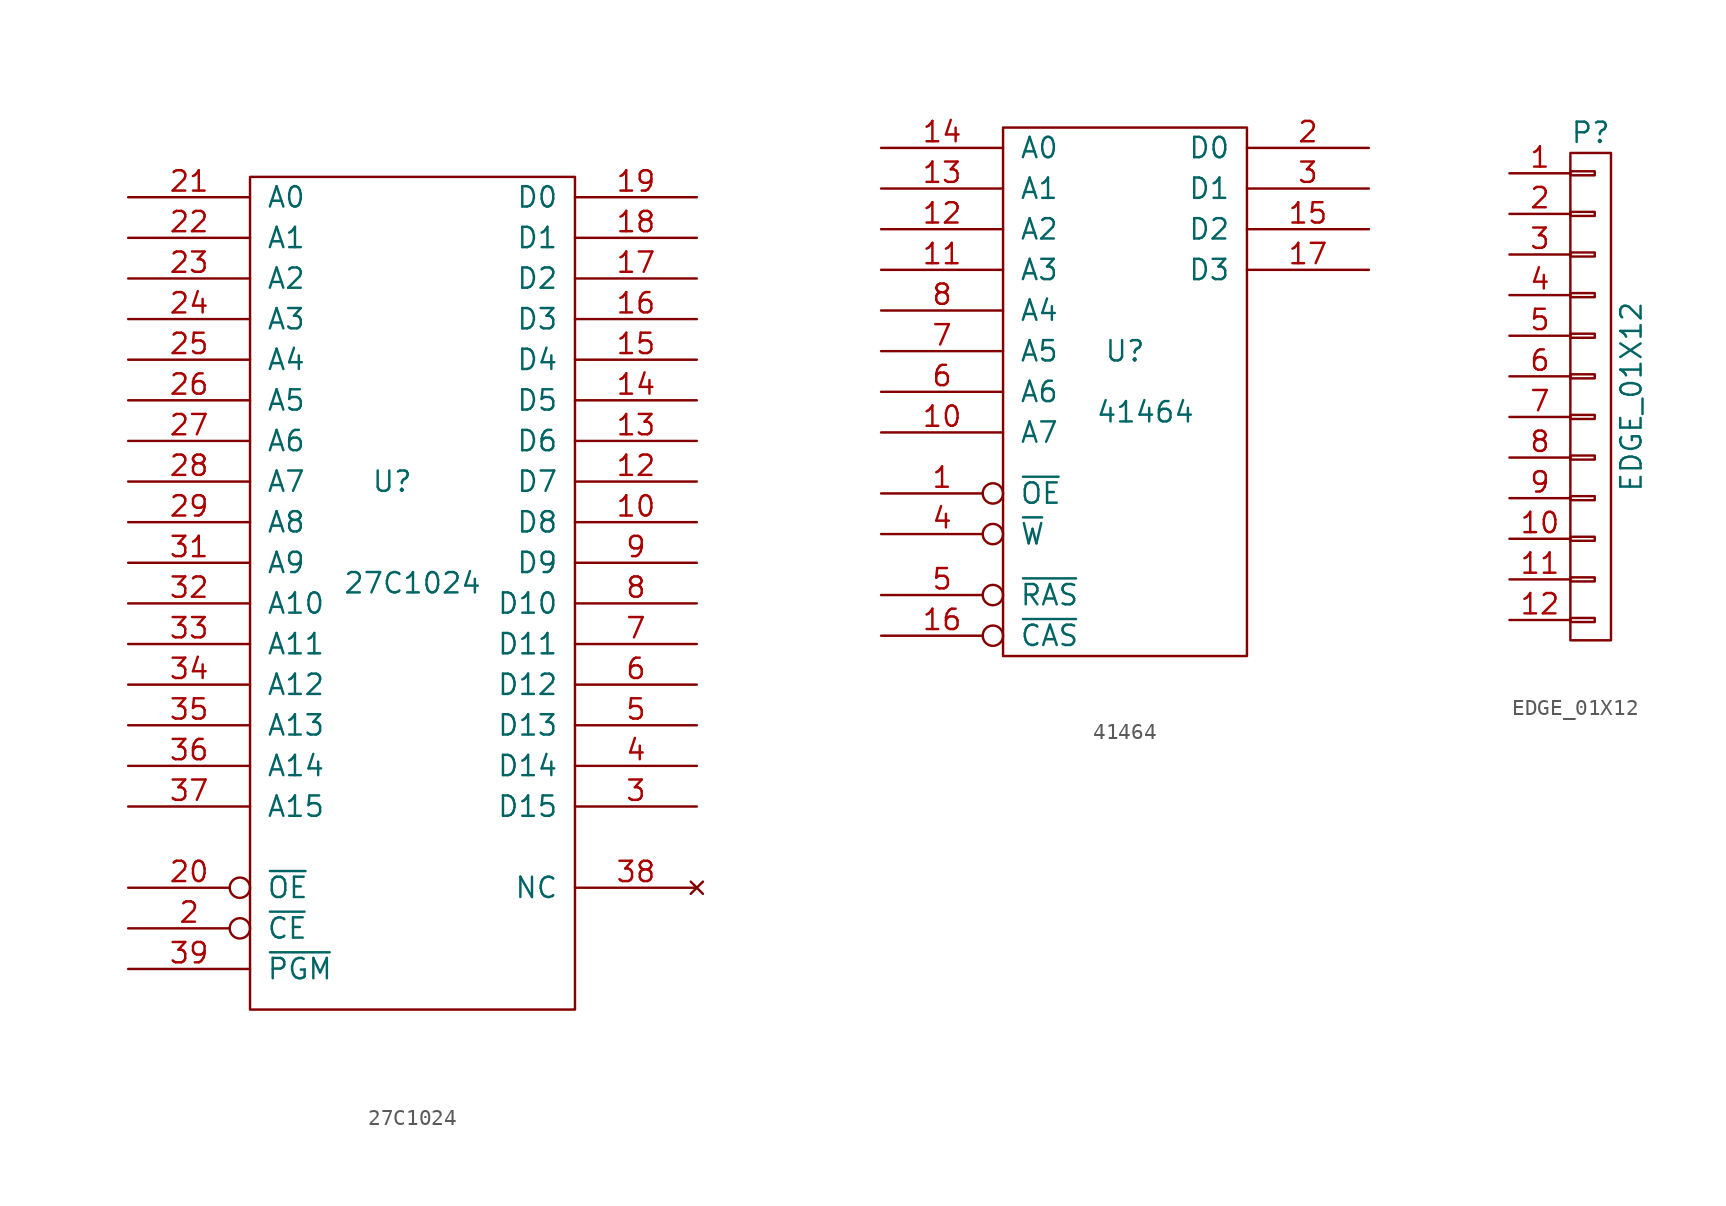
<source format=kicad_sym>
(kicad_symbol_lib
  (version 20231120)
  (generator "kicad_symbol_editor")
  (generator_version "8.0")
  (symbol "27C1024"
    (pin_names
      (offset 1.016))
    (property "Reference" "U"
      (at -1.27 5.08 0)
      (effects (font (size 1.27 1.27))))
    (property "Value" "27C1024"
      (at 0 -1.27 0)
      (effects (font (size 1.27 1.27))))
    (property "Footprint" ""
      (at 0 0 0)
      (effects (font (size 1.27 1.27))))
    (property "Datasheet" ""
      (at 0 0 0)
      (effects (font (size 1.27 1.27))))
    (symbol "27C1024_0_0"
      (pin power_in line (at 3.81 25.4 270) (length 1.27) hide (name "VPP" (effects (font (size 1.27 1.27)))) (number "1" (effects (font (size 1.27 1.27)))))
      (pin power_in line (at 0 -27.94 90) (length 1.27) hide (name "GND" (effects (font (size 1.27 1.27)))) (number "11" (effects (font (size 1.27 1.27)))))
      (pin power_in line (at 2.54 -27.94 90) (length 1.27) hide (name "GND" (effects (font (size 1.27 1.27)))) (number "30" (effects (font (size 1.27 1.27)))))
      (pin power_in line (at 0 25.4 270) (length 1.27) hide (name "VCC" (effects (font (size 1.27 1.27)))) (number "40" (effects (font (size 1.27 1.27))))))
    (symbol "27C1024_0_1"
      (rectangle (start -10.16 24.13) (end 10.16 -27.94) (stroke (width 0) (type solid)) (fill (type none))))
    (symbol "27C1024_1_1"
      (pin tri_state line (at 17.78 2.54 180) (length 7.62) (name "D8" (effects (font (size 1.27 1.27)))) (number "10" (effects (font (size 1.27 1.27)))))
      (pin tri_state line (at 17.78 5.08 180) (length 7.62) (name "D7" (effects (font (size 1.27 1.27)))) (number "12" (effects (font (size 1.27 1.27)))))
      (pin tri_state line (at 17.78 7.62 180) (length 7.62) (name "D6" (effects (font (size 1.27 1.27)))) (number "13" (effects (font (size 1.27 1.27)))))
      (pin tri_state line (at 17.78 10.16 180) (length 7.62) (name "D5" (effects (font (size 1.27 1.27)))) (number "14" (effects (font (size 1.27 1.27)))))
      (pin tri_state line (at 17.78 12.7 180) (length 7.62) (name "D4" (effects (font (size 1.27 1.27)))) (number "15" (effects (font (size 1.27 1.27)))))
      (pin tri_state line (at 17.78 15.24 180) (length 7.62) (name "D3" (effects (font (size 1.27 1.27)))) (number "16" (effects (font (size 1.27 1.27)))))
      (pin tri_state line (at 17.78 17.78 180) (length 7.62) (name "D2" (effects (font (size 1.27 1.27)))) (number "17" (effects (font (size 1.27 1.27)))))
      (pin tri_state line (at 17.78 20.32 180) (length 7.62) (name "D1" (effects (font (size 1.27 1.27)))) (number "18" (effects (font (size 1.27 1.27)))))
      (pin tri_state line (at 17.78 22.86 180) (length 7.62) (name "D0" (effects (font (size 1.27 1.27)))) (number "19" (effects (font (size 1.27 1.27)))))
      (pin input inverted (at -17.78 -22.86 0) (length 7.62) (name "~{CE}" (effects (font (size 1.27 1.27)))) (number "2" (effects (font (size 1.27 1.27)))))
      (pin input inverted (at -17.78 -20.32 0) (length 7.62) (name "~{OE}" (effects (font (size 1.27 1.27)))) (number "20" (effects (font (size 1.27 1.27)))))
      (pin input line (at -17.78 22.86 0) (length 7.62) (name "A0" (effects (font (size 1.27 1.27)))) (number "21" (effects (font (size 1.27 1.27)))))
      (pin input line (at -17.78 20.32 0) (length 7.62) (name "A1" (effects (font (size 1.27 1.27)))) (number "22" (effects (font (size 1.27 1.27)))))
      (pin input line (at -17.78 17.78 0) (length 7.62) (name "A2" (effects (font (size 1.27 1.27)))) (number "23" (effects (font (size 1.27 1.27)))))
      (pin input line (at -17.78 15.24 0) (length 7.62) (name "A3" (effects (font (size 1.27 1.27)))) (number "24" (effects (font (size 1.27 1.27)))))
      (pin input line (at -17.78 12.7 0) (length 7.62) (name "A4" (effects (font (size 1.27 1.27)))) (number "25" (effects (font (size 1.27 1.27)))))
      (pin input line (at -17.78 10.16 0) (length 7.62) (name "A5" (effects (font (size 1.27 1.27)))) (number "26" (effects (font (size 1.27 1.27)))))
      (pin input line (at -17.78 7.62 0) (length 7.62) (name "A6" (effects (font (size 1.27 1.27)))) (number "27" (effects (font (size 1.27 1.27)))))
      (pin input line (at -17.78 5.08 0) (length 7.62) (name "A7" (effects (font (size 1.27 1.27)))) (number "28" (effects (font (size 1.27 1.27)))))
      (pin input line (at -17.78 2.54 0) (length 7.62) (name "A8" (effects (font (size 1.27 1.27)))) (number "29" (effects (font (size 1.27 1.27)))))
      (pin tri_state line (at 17.78 -15.24 180) (length 7.62) (name "D15" (effects (font (size 1.27 1.27)))) (number "3" (effects (font (size 1.27 1.27)))))
      (pin input line (at -17.78 0 0) (length 7.62) (name "A9" (effects (font (size 1.27 1.27)))) (number "31" (effects (font (size 1.27 1.27)))))
      (pin input line (at -17.78 -2.54 0) (length 7.62) (name "A10" (effects (font (size 1.27 1.27)))) (number "32" (effects (font (size 1.27 1.27)))))
      (pin input line (at -17.78 -5.08 0) (length 7.62) (name "A11" (effects (font (size 1.27 1.27)))) (number "33" (effects (font (size 1.27 1.27)))))
      (pin input line (at -17.78 -7.62 0) (length 7.62) (name "A12" (effects (font (size 1.27 1.27)))) (number "34" (effects (font (size 1.27 1.27)))))
      (pin input line (at -17.78 -10.16 0) (length 7.62) (name "A13" (effects (font (size 1.27 1.27)))) (number "35" (effects (font (size 1.27 1.27)))))
      (pin input line (at -17.78 -12.7 0) (length 7.62) (name "A14" (effects (font (size 1.27 1.27)))) (number "36" (effects (font (size 1.27 1.27)))))
      (pin input line (at -17.78 -15.24 0) (length 7.62) (name "A15" (effects (font (size 1.27 1.27)))) (number "37" (effects (font (size 1.27 1.27)))))
      (pin no_connect line (at 17.78 -20.32 180) (length 7.62) (name "NC" (effects (font (size 1.27 1.27)))) (number "38" (effects (font (size 1.27 1.27)))))
      (pin input line (at -17.78 -25.4 0) (length 7.62) (name "~{PGM}" (effects (font (size 1.27 1.27)))) (number "39" (effects (font (size 1.27 1.27)))))
      (pin tri_state line (at 17.78 -12.7 180) (length 7.62) (name "D14" (effects (font (size 1.27 1.27)))) (number "4" (effects (font (size 1.27 1.27)))))
      (pin tri_state line (at 17.78 -10.16 180) (length 7.62) (name "D13" (effects (font (size 1.27 1.27)))) (number "5" (effects (font (size 1.27 1.27)))))
      (pin tri_state line (at 17.78 -7.62 180) (length 7.62) (name "D12" (effects (font (size 1.27 1.27)))) (number "6" (effects (font (size 1.27 1.27)))))
      (pin tri_state line (at 17.78 -5.08 180) (length 7.62) (name "D11" (effects (font (size 1.27 1.27)))) (number "7" (effects (font (size 1.27 1.27)))))
      (pin tri_state line (at 17.78 -2.54 180) (length 7.62) (name "D10" (effects (font (size 1.27 1.27)))) (number "8" (effects (font (size 1.27 1.27)))))
      (pin tri_state line (at 17.78 0 180) (length 7.62) (name "D9" (effects (font (size 1.27 1.27)))) (number "9" (effects (font (size 1.27 1.27)))))))
  (symbol "41464"
    (pin_names
      (offset 1.016))
    (property "Reference" "U"
      (at 0 10.16 0)
      (effects (font (size 1.27 1.27))))
    (property "Value" "41464"
      (at 1.27 6.35 0)
      (effects (font (size 1.27 1.27))))
    (property "Footprint" ""
      (at 2.54 0 0)
      (effects (font (size 1.27 1.27))))
    (property "Datasheet" ""
      (at 2.54 0 0)
      (effects (font (size 1.27 1.27))))
    (symbol "41464_0_0"
      (pin power_in line (at 0 -8.89 90) (length 1.27) hide (name "GND" (effects (font (size 1.27 1.27)))) (number "18" (effects (font (size 1.27 1.27)))))
      (pin power_in line (at 0 24.13 270) (length 1.27) hide (name "VCC" (effects (font (size 1.27 1.27)))) (number "9" (effects (font (size 1.27 1.27))))))
    (symbol "41464_0_1"
      (rectangle (start -7.62 24.13) (end 7.62 -8.89) (stroke (width 0) (type solid)) (fill (type none))))
    (symbol "41464_1_1"
      (pin input inverted (at -15.24 1.27 0) (length 7.62) (name "~{OE}" (effects (font (size 1.27 1.27)))) (number "1" (effects (font (size 1.27 1.27)))))
      (pin input line (at -15.24 5.08 0) (length 7.62) (name "A7" (effects (font (size 1.27 1.27)))) (number "10" (effects (font (size 1.27 1.27)))))
      (pin input line (at -15.24 15.24 0) (length 7.62) (name "A3" (effects (font (size 1.27 1.27)))) (number "11" (effects (font (size 1.27 1.27)))))
      (pin input line (at -15.24 17.78 0) (length 7.62) (name "A2" (effects (font (size 1.27 1.27)))) (number "12" (effects (font (size 1.27 1.27)))))
      (pin input line (at -15.24 20.32 0) (length 7.62) (name "A1" (effects (font (size 1.27 1.27)))) (number "13" (effects (font (size 1.27 1.27)))))
      (pin input line (at -15.24 22.86 0) (length 7.62) (name "A0" (effects (font (size 1.27 1.27)))) (number "14" (effects (font (size 1.27 1.27)))))
      (pin tri_state line (at 15.24 17.78 180) (length 7.62) (name "D2" (effects (font (size 1.27 1.27)))) (number "15" (effects (font (size 1.27 1.27)))))
      (pin input inverted (at -15.24 -7.62 0) (length 7.62) (name "~{CAS}" (effects (font (size 1.27 1.27)))) (number "16" (effects (font (size 1.27 1.27)))))
      (pin tri_state line (at 15.24 15.24 180) (length 7.62) (name "D3" (effects (font (size 1.27 1.27)))) (number "17" (effects (font (size 1.27 1.27)))))
      (pin tri_state line (at 15.24 22.86 180) (length 7.62) (name "D0" (effects (font (size 1.27 1.27)))) (number "2" (effects (font (size 1.27 1.27)))))
      (pin tri_state line (at 15.24 20.32 180) (length 7.62) (name "D1" (effects (font (size 1.27 1.27)))) (number "3" (effects (font (size 1.27 1.27)))))
      (pin input inverted (at -15.24 -1.27 0) (length 7.62) (name "~{W}" (effects (font (size 1.27 1.27)))) (number "4" (effects (font (size 1.27 1.27)))))
      (pin input inverted (at -15.24 -5.08 0) (length 7.62) (name "~{RAS}" (effects (font (size 1.27 1.27)))) (number "5" (effects (font (size 1.27 1.27)))))
      (pin input line (at -15.24 7.62 0) (length 7.62) (name "A6" (effects (font (size 1.27 1.27)))) (number "6" (effects (font (size 1.27 1.27)))))
      (pin input line (at -15.24 10.16 0) (length 7.62) (name "A5" (effects (font (size 1.27 1.27)))) (number "7" (effects (font (size 1.27 1.27)))))
      (pin input line (at -15.24 12.7 0) (length 7.62) (name "A4" (effects (font (size 1.27 1.27)))) (number "8" (effects (font (size 1.27 1.27)))))))
  (symbol "EDGE_01X12"
    (pin_names
      (offset 1.016) hide)
    (property "Reference" "P"
      (at 0 16.51 0)
      (effects (font (size 1.27 1.27))))
    (property "Value" "EDGE_01X12"
      (at 2.54 0 90)
      (effects (font (size 1.27 1.27))))
    (property "Footprint" ""
      (at 0 0 0)
      (effects (font (size 1.27 1.27))))
    (property "Datasheet" ""
      (at 0 0 0)
      (effects (font (size 1.27 1.27))))
    (symbol "EDGE_01X12_0_1"
      (rectangle (start -1.27 -15.24) (end 1.27 15.24) (stroke (width 0) (type solid)) (fill (type none)))
      (rectangle (start -1.27 -13.843) (end 0.254 -14.097) (stroke (width 0) (type solid)) (fill (type none)))
      (rectangle (start -1.27 -11.303) (end 0.254 -11.557) (stroke (width 0) (type solid)) (fill (type none)))
      (rectangle (start -1.27 -8.763) (end 0.254 -9.017) (stroke (width 0) (type solid)) (fill (type none)))
      (rectangle (start -1.27 -6.223) (end 0.254 -6.477) (stroke (width 0) (type solid)) (fill (type none)))
      (rectangle (start -1.27 -3.683) (end 0.254 -3.937) (stroke (width 0) (type solid)) (fill (type none)))
      (rectangle (start -1.27 -1.143) (end 0.254 -1.397) (stroke (width 0) (type solid)) (fill (type none)))
      (rectangle (start -1.27 1.397) (end 0.254 1.143) (stroke (width 0) (type solid)) (fill (type none)))
      (rectangle (start -1.27 3.937) (end 0.254 3.683) (stroke (width 0) (type solid)) (fill (type none)))
      (rectangle (start -1.27 6.477) (end 0.254 6.223) (stroke (width 0) (type solid)) (fill (type none)))
      (rectangle (start -1.27 9.017) (end 0.254 8.763) (stroke (width 0) (type solid)) (fill (type none)))
      (rectangle (start -1.27 11.557) (end 0.254 11.303) (stroke (width 0) (type solid)) (fill (type none)))
      (rectangle (start -1.27 14.097) (end 0.254 13.843) (stroke (width 0) (type solid)) (fill (type none))))
    (symbol "EDGE_01X12_1_1"
      (pin passive line (at -5.08 13.97 0) (length 3.81) (name "P1" (effects (font (size 1.27 1.27)))) (number "1" (effects (font (size 1.27 1.27)))))
      (pin passive line (at -5.08 -8.89 0) (length 3.81) (name "P10" (effects (font (size 1.27 1.27)))) (number "10" (effects (font (size 1.27 1.27)))))
      (pin passive line (at -5.08 -11.43 0) (length 3.81) (name "P11" (effects (font (size 1.27 1.27)))) (number "11" (effects (font (size 1.27 1.27)))))
      (pin passive line (at -5.08 -13.97 0) (length 3.81) (name "P12" (effects (font (size 1.27 1.27)))) (number "12" (effects (font (size 1.27 1.27)))))
      (pin passive line (at -5.08 11.43 0) (length 3.81) (name "P2" (effects (font (size 1.27 1.27)))) (number "2" (effects (font (size 1.27 1.27)))))
      (pin passive line (at -5.08 8.89 0) (length 3.81) (name "P3" (effects (font (size 1.27 1.27)))) (number "3" (effects (font (size 1.27 1.27)))))
      (pin passive line (at -5.08 6.35 0) (length 3.81) (name "P4" (effects (font (size 1.27 1.27)))) (number "4" (effects (font (size 1.27 1.27)))))
      (pin passive line (at -5.08 3.81 0) (length 3.81) (name "P5" (effects (font (size 1.27 1.27)))) (number "5" (effects (font (size 1.27 1.27)))))
      (pin passive line (at -5.08 1.27 0) (length 3.81) (name "P6" (effects (font (size 1.27 1.27)))) (number "6" (effects (font (size 1.27 1.27)))))
      (pin passive line (at -5.08 -1.27 0) (length 3.81) (name "P7" (effects (font (size 1.27 1.27)))) (number "7" (effects (font (size 1.27 1.27)))))
      (pin passive line (at -5.08 -3.81 0) (length 3.81) (name "P8" (effects (font (size 1.27 1.27)))) (number "8" (effects (font (size 1.27 1.27)))))
      (pin passive line (at -5.08 -6.35 0) (length 3.81) (name "P9" (effects (font (size 1.27 1.27)))) (number "9" (effects (font (size 1.27 1.27))))))))
</source>
